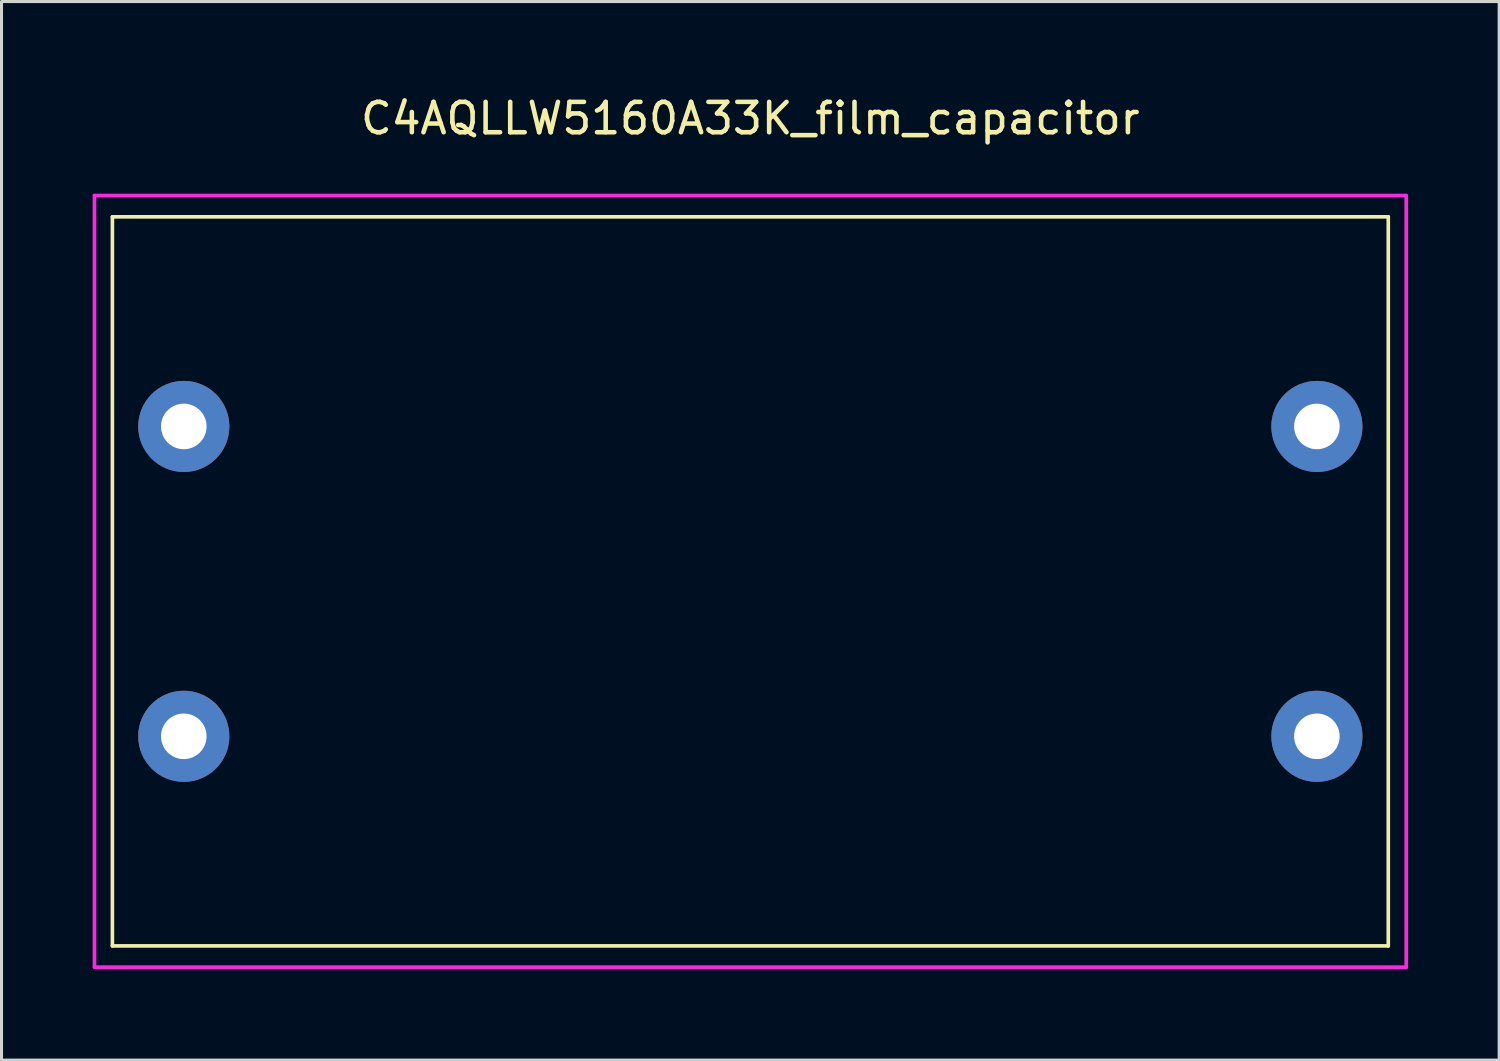
<source format=kicad_pcb>
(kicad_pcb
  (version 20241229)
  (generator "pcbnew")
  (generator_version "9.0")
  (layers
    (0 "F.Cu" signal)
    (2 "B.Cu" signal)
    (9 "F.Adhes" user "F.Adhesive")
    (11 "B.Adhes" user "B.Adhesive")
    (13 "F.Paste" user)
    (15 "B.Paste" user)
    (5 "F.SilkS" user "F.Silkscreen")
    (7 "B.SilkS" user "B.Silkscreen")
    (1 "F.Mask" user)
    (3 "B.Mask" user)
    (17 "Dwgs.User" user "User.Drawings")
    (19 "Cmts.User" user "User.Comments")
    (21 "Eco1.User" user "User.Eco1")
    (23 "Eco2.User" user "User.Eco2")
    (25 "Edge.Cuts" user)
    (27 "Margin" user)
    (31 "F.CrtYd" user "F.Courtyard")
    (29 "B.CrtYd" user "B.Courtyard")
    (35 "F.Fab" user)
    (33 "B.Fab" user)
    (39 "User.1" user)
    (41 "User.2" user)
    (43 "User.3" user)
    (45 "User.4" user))
  (footprint "C4AQLLW5160A33K_film_capacitor"
    (layer "F.Cu")
    (at 21.65 16.088)
    (property "Reference" "C4AQLLW5160A33K_film_capacitor" (at 0 -15.24 0) (layer "F.SilkS") (effects (font (size 1 1) (thickness 0.15))))
    (attr through_hole)
    (fp_line (start -21 -12) (end -21 12) (stroke (width 0.12) (type solid)) (layer "F.SilkS"))
    (fp_line (start -21 -12) (end 21 -12) (stroke (width 0.12) (type solid)) (layer "F.SilkS"))
    (fp_line (start 21 -12) (end 21 12) (stroke (width 0.12) (type solid)) (layer "F.SilkS"))
    (fp_line (start 21 12) (end -21 12) (stroke (width 0.12) (type solid)) (layer "F.SilkS"))
    (fp_line (start -21.59 -12.7) (end 21.59 -12.7) (stroke (width 0.12) (type solid)) (layer "F.CrtYd"))
    (fp_line (start -21.59 12.7) (end -21.59 -12.7) (stroke (width 0.12) (type solid)) (layer "F.CrtYd"))
    (fp_line (start 21.59 -12.7) (end 21.59 12.7) (stroke (width 0.12) (type solid)) (layer "F.CrtYd"))
    (fp_line (start 21.59 12.7) (end -21.59 12.7) (stroke (width 0.12) (type solid)) (layer "F.CrtYd"))
    (pad "1" thru_hole circle (at -18.65 -5.1) (size 3 3) (drill 1.5) (layers "*.Cu" "*.Mask"))
    (pad "1" thru_hole circle (at -18.65 5.1) (size 3 3) (drill 1.5) (layers "*.Cu" "*.Mask"))
    (pad "2" thru_hole circle (at 18.65 -5.1) (size 3 3) (drill 1.5) (layers "*.Cu" "*.Mask"))
    (pad "2" thru_hole circle (at 18.65 5.1) (size 3 3) (drill 1.5) (layers "*.Cu" "*.Mask")))
  (gr_rect
    (start -3 -3)
    (end 46.3 31.848)
    (stroke (width 0.1) (type default))
    (fill no)
    (layer "Edge.Cuts")))
</source>
